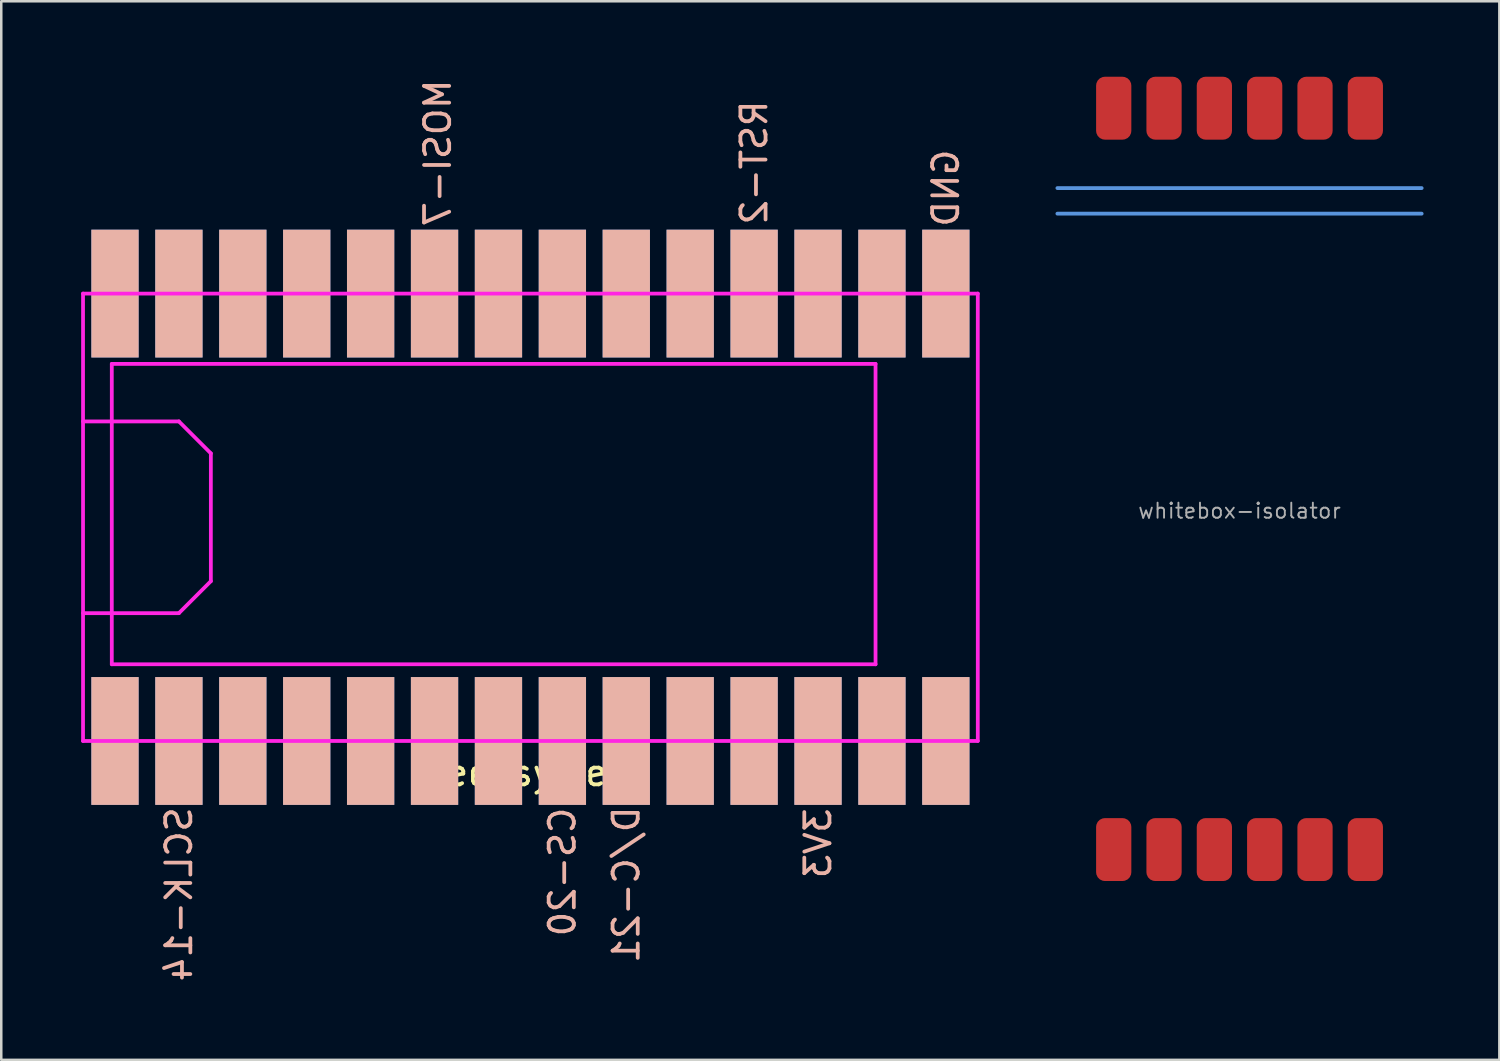
<source format=kicad_pcb>
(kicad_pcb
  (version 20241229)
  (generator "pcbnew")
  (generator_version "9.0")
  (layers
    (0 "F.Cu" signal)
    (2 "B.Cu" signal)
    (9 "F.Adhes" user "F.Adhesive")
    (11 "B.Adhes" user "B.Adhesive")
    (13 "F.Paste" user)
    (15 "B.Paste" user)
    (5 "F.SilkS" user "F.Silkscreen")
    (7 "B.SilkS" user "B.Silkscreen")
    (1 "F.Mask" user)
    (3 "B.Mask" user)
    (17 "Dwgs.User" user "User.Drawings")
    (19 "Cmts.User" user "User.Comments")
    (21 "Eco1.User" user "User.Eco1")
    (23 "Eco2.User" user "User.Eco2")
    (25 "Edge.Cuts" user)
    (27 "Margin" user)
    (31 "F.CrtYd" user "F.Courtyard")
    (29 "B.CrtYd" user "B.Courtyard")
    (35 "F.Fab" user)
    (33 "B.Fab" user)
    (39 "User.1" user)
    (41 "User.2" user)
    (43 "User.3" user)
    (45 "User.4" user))
  (footprint "TeensyView"
    (layer "F.Cu")
    (at 0.25 26.398)
    (property "Reference" "TeensyView" (at 17.78 1.27 0) (layer "F.SilkS") (effects (font (size 1 1) (thickness 0.15))))
    (attr through_hole)
    (fp_line (start 0 -12.7) (end 3.81 -12.7) (stroke (width 0.15) (type solid)) (layer "F.CrtYd"))
    (fp_line (start 0 0) (end 0 -17.78) (stroke (width 0.15) (type solid)) (layer "F.CrtYd"))
    (fp_line (start 0 0) (end 35.56 0) (stroke (width 0.15) (type solid)) (layer "F.CrtYd"))
    (fp_line (start 1.143 -3.048) (end 1.143 -14.986) (stroke (width 0.15) (type solid)) (layer "F.CrtYd"))
    (fp_line (start 1.143 -3.048) (end 31.496 -3.048) (stroke (width 0.15) (type solid)) (layer "F.CrtYd"))
    (fp_line (start 3.81 -12.7) (end 5.08 -11.43) (stroke (width 0.15) (type solid)) (layer "F.CrtYd"))
    (fp_line (start 3.81 -5.08) (end 0 -5.08) (stroke (width 0.15) (type solid)) (layer "F.CrtYd"))
    (fp_line (start 5.08 -11.43) (end 5.08 -6.35) (stroke (width 0.15) (type solid)) (layer "F.CrtYd"))
    (fp_line (start 5.08 -6.35) (end 3.81 -5.08) (stroke (width 0.15) (type solid)) (layer "F.CrtYd"))
    (fp_line (start 31.496 -14.986) (end 1.143 -14.986) (stroke (width 0.15) (type solid)) (layer "F.CrtYd"))
    (fp_line (start 31.496 -3.048) (end 31.496 -14.986) (stroke (width 0.15) (type solid)) (layer "F.CrtYd"))
    (fp_line (start 35.56 -17.78) (end 0 -17.78) (stroke (width 0.15) (type solid)) (layer "F.CrtYd"))
    (fp_line (start 35.56 0) (end 35.56 -17.78) (stroke (width 0.15) (type solid)) (layer "F.CrtYd"))
    (fp_text user "RST-2" (at 26.67 -22.987 90) (layer "B.SilkS") (effects (font (size 1 1) (thickness 0.15)) (justify mirror)))
    (fp_text user "MOSI-7" (at 14.097 -23.368 90) (layer "B.SilkS") (effects (font (size 1 1) (thickness 0.15)) (justify mirror)))
    (fp_text user "GND" (at 34.29 -21.971 90) (layer "B.SilkS") (effects (font (size 1 1) (thickness 0.15)) (justify mirror)))
    (fp_text user "SCLK-14" (at 3.81 6.096 90) (layer "B.SilkS") (effects (font (size 1 1) (thickness 0.15)) (justify mirror)))
    (fp_text user "CS-20" (at 19.05 5.207 90) (layer "B.SilkS") (effects (font (size 1 1) (thickness 0.15)) (justify mirror)))
    (fp_text user "3V3" (at 29.21 4.064 270) (layer "B.SilkS") (effects (font (size 1 1) (thickness 0.15)) (justify mirror)))
    (fp_text user "D/C-21" (at 21.59 5.715 90) (layer "B.SilkS") (effects (font (size 1 1) (thickness 0.15)) (justify mirror)))
    (pad "1" smd rect (at 1.27 0) (size 1.88 5.08) (layers "B.Cu" "B.Mask" "B.SilkS"))
    (pad "2" smd rect (at 3.81 0) (size 1.88 5.08) (layers "B.Cu" "B.Mask" "B.SilkS"))
    (pad "3" smd rect (at 6.35 0) (size 1.88 5.08) (layers "B.Cu" "B.Mask" "B.SilkS"))
    (pad "4" smd rect (at 8.89 0) (size 1.88 5.08) (layers "B.Cu" "B.Mask" "B.SilkS"))
    (pad "5" smd rect (at 11.43 0) (size 1.88 5.08) (layers "B.Cu" "B.Mask" "B.SilkS"))
    (pad "6" smd rect (at 13.97 0) (size 1.88 5.08) (layers "B.Cu" "B.Mask" "B.SilkS"))
    (pad "7" smd rect (at 16.51 0) (size 1.88 5.08) (layers "B.Cu" "B.Mask" "B.SilkS"))
    (pad "8" smd rect (at 19.05 0) (size 1.88 5.08) (layers "B.Cu" "B.Mask" "B.SilkS"))
    (pad "9" smd rect (at 21.59 0) (size 1.88 5.08) (layers "B.Cu" "B.Mask" "B.SilkS"))
    (pad "10" smd rect (at 24.13 0) (size 1.88 5.08) (layers "B.Cu" "B.Mask" "B.SilkS"))
    (pad "11" smd rect (at 26.67 0) (size 1.88 5.08) (layers "B.Cu" "B.Mask" "B.SilkS"))
    (pad "12" smd rect (at 29.21 0) (size 1.88 5.08) (layers "B.Cu" "B.Mask" "B.SilkS"))
    (pad "13" smd rect (at 31.75 0) (size 1.88 5.08) (layers "B.Cu" "B.Mask" "B.SilkS"))
    (pad "14" smd rect (at 34.29 0) (size 1.88 5.08) (layers "B.Cu" "B.Mask" "B.SilkS"))
    (pad "15" smd rect (at 34.29 -17.78) (size 1.88 5.08) (layers "B.Cu" "B.Mask" "B.SilkS"))
    (pad "16" smd rect (at 31.75 -17.78) (size 1.88 5.08) (layers "B.Cu" "B.Mask" "B.SilkS"))
    (pad "17" smd rect (at 29.21 -17.78) (size 1.88 5.08) (layers "B.Cu" "B.Mask" "B.SilkS"))
    (pad "18" smd rect (at 26.67 -17.78) (size 1.88 5.08) (layers "B.Cu" "B.Mask" "B.SilkS"))
    (pad "19" smd rect (at 24.13 -17.78) (size 1.88 5.08) (layers "B.Cu" "B.Mask" "B.SilkS"))
    (pad "20" smd rect (at 21.59 -17.78) (size 1.88 5.08) (layers "B.Cu" "B.Mask" "B.SilkS"))
    (pad "21" smd rect (at 19.05 -17.78) (size 1.88 5.08) (layers "B.Cu" "B.Mask" "B.SilkS"))
    (pad "22" smd rect (at 16.51 -17.78) (size 1.88 5.08) (layers "B.Cu" "B.Mask" "B.SilkS"))
    (pad "23" smd rect (at 13.97 -17.78) (size 1.88 5.08) (layers "B.Cu" "B.Mask" "B.SilkS"))
    (pad "24" smd rect (at 11.43 -17.78) (size 1.88 5.08) (layers "B.Cu" "B.Mask" "B.SilkS"))
    (pad "25" smd rect (at 8.89 -17.78) (size 1.88 5.08) (layers "B.Cu" "B.Mask" "B.SilkS"))
    (pad "26" smd rect (at 6.35 -17.78) (size 1.88 5.08) (layers "B.Cu" "B.Mask" "B.SilkS"))
    (pad "27" smd rect (at 3.81 -17.78) (size 1.88 5.08) (layers "B.Cu" "B.Mask" "B.SilkS"))
    (pad "28" smd rect (at 1.27 -17.78) (size 1.88 5.08) (layers "B.Cu" "B.Mask" "B.SilkS")))
  (footprint "whitebox-isolator"
    (layer "F.Cu")
    (at 46.212 15.982)
    (property "Reference" "whitebox-isolator" (at 0 1.27 0) (layer "F.Fab") (effects (font (size 0.6 0.6) (thickness 0.075))))
    (attr through_hole)
    (fp_line (start 7.239 -11.557) (end -7.239 -11.557) (stroke (width 0.15) (type solid)) (layer "Cmts.User"))
    (fp_line (start 7.239 -10.541) (end -7.239 -10.541) (stroke (width 0.15) (type solid)) (layer "Cmts.User"))
    (fp_line (start -7.252 -14.732) (end 7.252 -14.732) (stroke (width 0.15) (type solid)) (layer "Eco1.User"))
    (fp_line (start -7.252 14.732) (end -7.252 -14.732) (stroke (width 0.15) (type solid)) (layer "Eco1.User"))
    (fp_line (start -3.81 -8.382) (end 3.81 -8.382) (stroke (width 0.15) (type solid)) (layer "Eco1.User"))
    (fp_line (start -3.81 -5.842) (end -3.81 -8.382) (stroke (width 0.15) (type solid)) (layer "Eco1.User"))
    (fp_line (start -3.81 9.398) (end 3.81 9.398) (stroke (width 0.15) (type solid)) (layer "Eco1.User"))
    (fp_line (start -3.81 11.938) (end -3.81 9.398) (stroke (width 0.15) (type solid)) (layer "Eco1.User"))
    (fp_line (start 3.81 -8.382) (end 3.81 -5.842) (stroke (width 0.15) (type solid)) (layer "Eco1.User"))
    (fp_line (start 3.81 -5.842) (end -3.81 -5.842) (stroke (width 0.15) (type solid)) (layer "Eco1.User"))
    (fp_line (start 3.81 9.398) (end 3.81 11.938) (stroke (width 0.15) (type solid)) (layer "Eco1.User"))
    (fp_line (start 3.81 11.938) (end -3.81 11.938) (stroke (width 0.15) (type solid)) (layer "Eco1.User"))
    (fp_line (start 7.252 -14.732) (end 7.252 14.732) (stroke (width 0.15) (type solid)) (layer "Eco1.User"))
    (fp_line (start 7.252 14.732) (end -7.252 14.732) (stroke (width 0.15) (type solid)) (layer "Eco1.User"))
    (fp_circle (center -2.54 -7.112) (end -1.905 -7.112) (stroke (width 0.15) (type solid)) (fill no) (layer "Eco1.User"))
    (fp_circle (center -2.54 10.668) (end -1.905 10.668) (stroke (width 0.15) (type solid)) (fill no) (layer "Eco1.User"))
    (fp_circle (center 0 -7.112) (end 0.635 -7.112) (stroke (width 0.15) (type solid)) (fill no) (layer "Eco1.User"))
    (fp_circle (center 0 10.668) (end 0.635 10.668) (stroke (width 0.15) (type solid)) (fill no) (layer "Eco1.User"))
    (fp_circle (center 2.54 -7.112) (end 3.175 -7.112) (stroke (width 0.15) (type solid)) (fill no) (layer "Eco1.User"))
    (fp_circle (center 2.54 10.668) (end 3.175 10.668) (stroke (width 0.15) (type solid)) (fill no) (layer "Eco1.User"))
    (pad "1" smd roundrect (at -5 14.732) (size 1.4 2.5) (layers "F.Cu" "F.Mask" "F.Paste") (roundrect_rratio 0.25))
    (pad "2" smd roundrect (at -3 14.732) (size 1.4 2.5) (layers "F.Cu" "F.Mask" "F.Paste") (roundrect_rratio 0.25))
    (pad "3" smd roundrect (at -1 14.732) (size 1.4 2.5) (layers "F.Cu" "F.Mask" "F.Paste") (roundrect_rratio 0.25))
    (pad "4" smd roundrect (at 1 14.732) (size 1.4 2.5) (layers "F.Cu" "F.Mask" "F.Paste") (roundrect_rratio 0.25))
    (pad "5" smd roundrect (at 3 14.732) (size 1.4 2.5) (layers "F.Cu" "F.Mask" "F.Paste") (roundrect_rratio 0.25))
    (pad "6" smd roundrect (at 5 14.732) (size 1.4 2.5) (layers "F.Cu" "F.Mask" "F.Paste") (roundrect_rratio 0.25))
    (pad "7" smd roundrect (at 5 -14.732) (size 1.4 2.5) (layers "F.Cu" "F.Mask" "F.Paste") (roundrect_rratio 0.25))
    (pad "8" smd roundrect (at 3 -14.732) (size 1.4 2.5) (layers "F.Cu" "F.Mask" "F.Paste") (roundrect_rratio 0.25))
    (pad "9" smd roundrect (at 1 -14.732) (size 1.4 2.5) (layers "F.Cu" "F.Mask" "F.Paste") (roundrect_rratio 0.25))
    (pad "10" smd roundrect (at -1 -14.732) (size 1.4 2.5) (layers "F.Cu" "F.Mask" "F.Paste") (roundrect_rratio 0.25))
    (pad "11" smd roundrect (at -3 -14.732) (size 1.4 2.5) (layers "F.Cu" "F.Mask" "F.Paste") (roundrect_rratio 0.25))
    (pad "12" smd roundrect (at -5 -14.732) (size 1.4 2.5) (layers "F.Cu" "F.Mask" "F.Paste") (roundrect_rratio 0.25)))
  (gr_rect
    (start -3 -3)
    (end 56.538 39.071)
    (stroke (width 0.1) (type default))
    (fill no)
    (layer "Edge.Cuts")))
</source>
